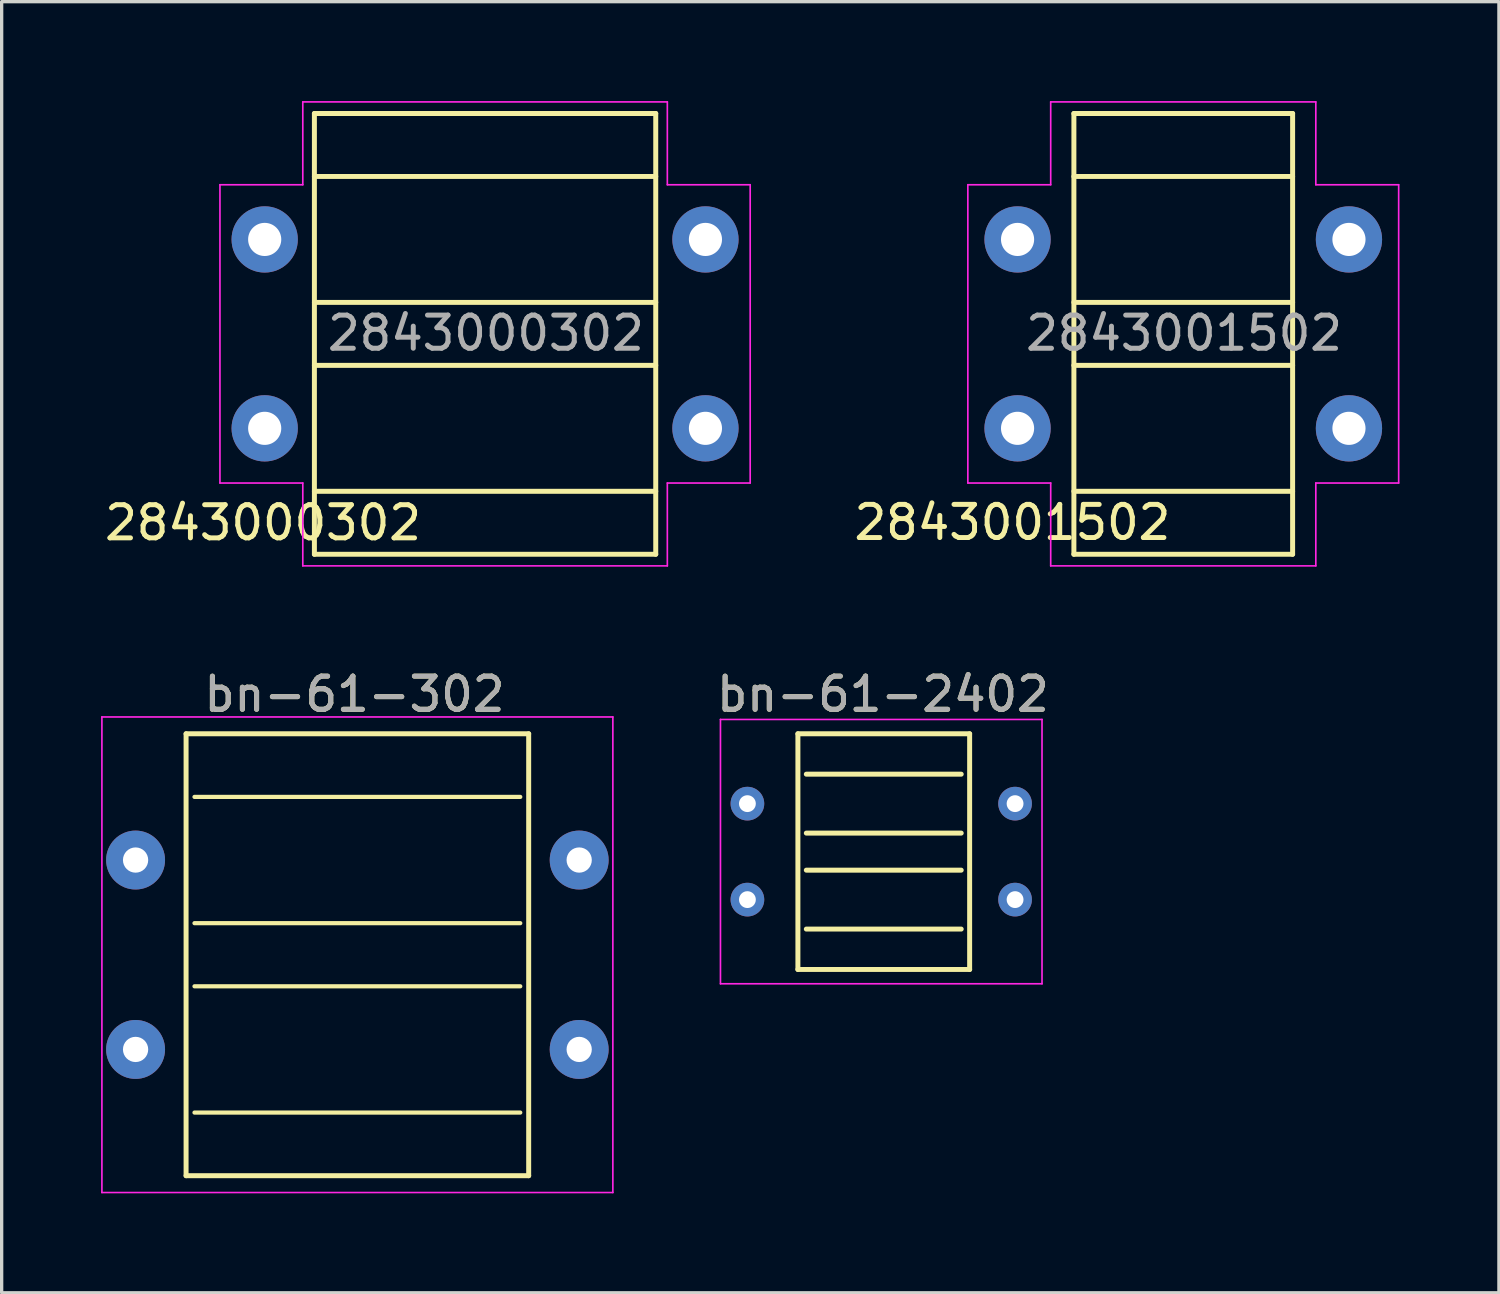
<source format=kicad_pcb>
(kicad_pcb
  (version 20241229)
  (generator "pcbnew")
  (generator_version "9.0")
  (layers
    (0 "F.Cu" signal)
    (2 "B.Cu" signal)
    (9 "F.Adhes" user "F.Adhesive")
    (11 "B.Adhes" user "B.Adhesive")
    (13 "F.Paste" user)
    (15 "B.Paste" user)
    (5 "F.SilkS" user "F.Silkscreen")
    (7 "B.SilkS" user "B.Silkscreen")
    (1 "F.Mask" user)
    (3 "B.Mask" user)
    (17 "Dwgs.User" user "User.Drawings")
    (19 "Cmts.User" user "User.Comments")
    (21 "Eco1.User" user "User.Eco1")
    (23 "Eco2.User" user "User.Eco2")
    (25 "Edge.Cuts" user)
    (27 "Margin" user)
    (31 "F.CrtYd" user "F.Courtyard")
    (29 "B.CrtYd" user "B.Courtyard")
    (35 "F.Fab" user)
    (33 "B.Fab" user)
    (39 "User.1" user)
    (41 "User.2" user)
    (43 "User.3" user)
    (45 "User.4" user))
  (footprint "bn-61-2402"
    (layer "F.Cu")
    (at 19.503 24.096)
    (property "Reference" "bn-61-2402" (at 4.089 -6.198 0) (layer "F.SilkS") (effects (font (size 1 1) (thickness 0.15))))
    (attr through_hole)
    (fp_line (start 1.524 -5.004) (end 6.706 -5.004) (stroke (width 0.15) (type solid)) (layer "F.SilkS"))
    (fp_line (start 1.524 2.108) (end 1.524 -5.004) (stroke (width 0.15) (type solid)) (layer "F.SilkS"))
    (fp_line (start 1.524 2.108) (end 6.706 2.108) (stroke (width 0.15) (type solid)) (layer "F.SilkS"))
    (fp_line (start 1.778 -3.785) (end 6.452 -3.785) (stroke (width 0.15) (type solid)) (layer "F.SilkS"))
    (fp_line (start 1.778 -2.007) (end 6.452 -2.007) (stroke (width 0.15) (type solid)) (layer "F.SilkS"))
    (fp_line (start 1.778 -0.889) (end 6.452 -0.889) (stroke (width 0.15) (type solid)) (layer "F.SilkS"))
    (fp_line (start 1.778 0.889) (end 6.452 0.889) (stroke (width 0.15) (type solid)) (layer "F.SilkS"))
    (fp_line (start 6.706 -5.004) (end 6.706 2.108) (stroke (width 0.15) (type solid)) (layer "F.SilkS"))
    (fp_line (start -0.813 -5.436) (end -0.813 2.54) (stroke (width 0.05) (type solid)) (layer "F.CrtYd"))
    (fp_line (start -0.813 -5.436) (end 8.89 -5.436) (stroke (width 0.05) (type solid)) (layer "F.CrtYd"))
    (fp_line (start 8.89 2.54) (end -0.813 2.54) (stroke (width 0.05) (type solid)) (layer "F.CrtYd"))
    (fp_line (start 8.89 2.54) (end 8.89 -5.436) (stroke (width 0.05) (type solid)) (layer "F.CrtYd"))
    (fp_text user "${REFERENCE}" (at 4.09 -6.198 0) (layer "F.Fab") (effects (font (size 1 1) (thickness 0.15))))
    (pad "1" thru_hole circle (at 0 0) (size 1.016 1.016) (drill 0.508) (layers "*.Cu" "*.Mask"))
    (pad "2" thru_hole circle (at 0 -2.896) (size 1.016 1.016) (drill 0.508) (layers "*.Cu" "*.Mask"))
    (pad "3" thru_hole circle (at 8.077 0) (size 1.016 1.016) (drill 0.508) (layers "*.Cu" "*.Mask"))
    (pad "4" thru_hole circle (at 8.077 -2.896) (size 1.016 1.016) (drill 0.508) (layers "*.Cu" "*.Mask")))
  (footprint "bn-61-302"
    (layer "F.Cu")
    (at 1.041 28.617)
    (property "Reference" "bn-61-302" (at 6.604 -10.719 0) (layer "F.SilkS") (effects (font (size 1 1) (thickness 0.15))))
    (attr through_hole)
    (fp_line (start 1.524 -9.525) (end 11.862 -9.525) (stroke (width 0.15) (type solid)) (layer "F.SilkS"))
    (fp_line (start 1.524 3.81) (end 1.524 -9.525) (stroke (width 0.15) (type solid)) (layer "F.SilkS"))
    (fp_line (start 1.524 3.81) (end 11.862 3.81) (stroke (width 0.15) (type solid)) (layer "F.SilkS"))
    (fp_line (start 1.778 -7.62) (end 11.608 -7.62) (stroke (width 0.127) (type solid)) (layer "F.SilkS"))
    (fp_line (start 1.778 -3.81) (end 11.608 -3.81) (stroke (width 0.127) (type solid)) (layer "F.SilkS"))
    (fp_line (start 1.778 -1.905) (end 11.608 -1.905) (stroke (width 0.127) (type solid)) (layer "F.SilkS"))
    (fp_line (start 1.778 1.905) (end 11.608 1.905) (stroke (width 0.127) (type solid)) (layer "F.SilkS"))
    (fp_line (start 11.862 -9.525) (end 11.862 3.81) (stroke (width 0.15) (type solid)) (layer "F.SilkS"))
    (fp_line (start -1.016 -10.033) (end -1.016 4.318) (stroke (width 0.05) (type solid)) (layer "F.CrtYd"))
    (fp_line (start -1.016 -10.033) (end 14.402 -10.033) (stroke (width 0.05) (type solid)) (layer "F.CrtYd"))
    (fp_line (start 14.402 4.318) (end -1.016 4.318) (stroke (width 0.05) (type solid)) (layer "F.CrtYd"))
    (fp_line (start 14.402 4.318) (end 14.402 -10.033) (stroke (width 0.05) (type solid)) (layer "F.CrtYd"))
    (fp_text user "${REFERENCE}" (at 6.604 -10.719 0) (layer "F.Fab") (effects (font (size 1 1) (thickness 0.15))))
    (pad "1" thru_hole circle (at 0 0) (size 1.778 1.778) (drill 0.762) (layers "*.Cu" "*.Mask"))
    (pad "2" thru_hole circle (at 0 -5.715) (size 1.778 1.778) (drill 0.762) (layers "*.Cu" "*.Mask"))
    (pad "3" thru_hole circle (at 13.386 0) (size 1.778 1.778) (drill 0.762) (layers "*.Cu" "*.Mask"))
    (pad "4" thru_hole circle (at 13.386 -5.715) (size 1.778 1.778) (drill 0.762) (layers "*.Cu" "*.Mask")))
  (footprint "2843001502"
    (layer "F.Cu")
    (at 32.655 7.025)
    (property "Reference" "2843001502" (at -5.156 5.69 0) (layer "F.SilkS") (effects (font (size 1 1) (thickness 0.15))))
    (attr through_hole)
    (fp_line (start -3.3 -6.65) (end -3.3 6.65) (stroke (width 0.15) (type solid)) (layer "F.SilkS"))
    (fp_line (start -3.3 -4.75) (end 3.3 -4.75) (stroke (width 0.15) (type solid)) (layer "F.SilkS"))
    (fp_line (start -3.3 -0.95) (end 3.3 -0.95) (stroke (width 0.15) (type solid)) (layer "F.SilkS"))
    (fp_line (start -3.3 0.95) (end 3.3 0.95) (stroke (width 0.15) (type solid)) (layer "F.SilkS"))
    (fp_line (start -3.3 4.75) (end 3.3 4.75) (stroke (width 0.15) (type solid)) (layer "F.SilkS"))
    (fp_line (start -3.3 6.65) (end 3.3 6.65) (stroke (width 0.15) (type solid)) (layer "F.SilkS"))
    (fp_line (start 3.3 -6.65) (end -3.3 -6.65) (stroke (width 0.15) (type solid)) (layer "F.SilkS"))
    (fp_line (start 3.3 6.65) (end 3.3 -6.65) (stroke (width 0.15) (type solid)) (layer "F.SilkS"))
    (fp_line (start -6.5 4.5) (end -6.5 -4.5) (stroke (width 0.05) (type solid)) (layer "F.CrtYd"))
    (fp_line (start -4 -7) (end 4 -7) (stroke (width 0.05) (type solid)) (layer "F.CrtYd"))
    (fp_line (start -4 -4.5) (end -6.5 -4.5) (stroke (width 0.05) (type solid)) (layer "F.CrtYd"))
    (fp_line (start -4 -4.5) (end -4 -7) (stroke (width 0.05) (type solid)) (layer "F.CrtYd"))
    (fp_line (start -4 4.5) (end -6.5 4.5) (stroke (width 0.05) (type solid)) (layer "F.CrtYd"))
    (fp_line (start -4 7) (end -4 4.5) (stroke (width 0.05) (type solid)) (layer "F.CrtYd"))
    (fp_line (start 4 -4.5) (end 4 -7) (stroke (width 0.05) (type solid)) (layer "F.CrtYd"))
    (fp_line (start 4 -4.5) (end 6.5 -4.5) (stroke (width 0.05) (type solid)) (layer "F.CrtYd"))
    (fp_line (start 4 4.5) (end 6.5 4.5) (stroke (width 0.05) (type solid)) (layer "F.CrtYd"))
    (fp_line (start 4 7) (end -4 7) (stroke (width 0.05) (type solid)) (layer "F.CrtYd"))
    (fp_line (start 4 7) (end 4 4.5) (stroke (width 0.05) (type solid)) (layer "F.CrtYd"))
    (fp_line (start 6.5 4.5) (end 6.5 -4.5) (stroke (width 0.05) (type solid)) (layer "F.CrtYd"))
    (fp_text user "${REFERENCE}" (at 0.024 -0.022 0) (layer "F.Fab") (effects (font (size 1 1) (thickness 0.15))))
    (pad "1" thru_hole circle (at -5 -2.85) (size 2 2) (drill 1) (layers "*.Cu" "*.Mask"))
    (pad "2" thru_hole circle (at -5 2.85) (size 2 2) (drill 1) (layers "*.Cu" "*.Mask"))
    (pad "3" thru_hole circle (at 5 2.85) (size 2 2) (drill 1) (layers "*.Cu" "*.Mask"))
    (pad "4" thru_hole circle (at 5 -2.85) (size 2 2) (drill 1) (layers "*.Cu" "*.Mask")))
  (footprint "2843000302"
    (layer "F.Cu")
    (at 11.587 7.025)
    (property "Reference" "2843000302" (at -6.7 5.7 0) (layer "F.SilkS") (effects (font (size 1 1) (thickness 0.15))))
    (attr through_hole)
    (fp_line (start -5.15 -6.65) (end -5.15 6.65) (stroke (width 0.15) (type solid)) (layer "F.SilkS"))
    (fp_line (start -5.15 -4.75) (end 5.15 -4.75) (stroke (width 0.15) (type solid)) (layer "F.SilkS"))
    (fp_line (start -5.15 -0.95) (end 5.15 -0.95) (stroke (width 0.15) (type solid)) (layer "F.SilkS"))
    (fp_line (start -5.15 0.95) (end 5.15 0.95) (stroke (width 0.15) (type solid)) (layer "F.SilkS"))
    (fp_line (start -5.15 4.75) (end 5.15 4.75) (stroke (width 0.15) (type solid)) (layer "F.SilkS"))
    (fp_line (start -5.15 6.65) (end 5.15 6.65) (stroke (width 0.15) (type solid)) (layer "F.SilkS"))
    (fp_line (start 5.15 -6.65) (end -5.15 -6.65) (stroke (width 0.15) (type solid)) (layer "F.SilkS"))
    (fp_line (start 5.15 6.65) (end 5.15 -6.65) (stroke (width 0.15) (type solid)) (layer "F.SilkS"))
    (fp_line (start -8 -4.5) (end -5.5 -4.5) (stroke (width 0.05) (type solid)) (layer "F.CrtYd"))
    (fp_line (start -8 4.5) (end -8 -4.5) (stroke (width 0.05) (type solid)) (layer "F.CrtYd"))
    (fp_line (start -8 4.5) (end -5.5 4.5) (stroke (width 0.05) (type solid)) (layer "F.CrtYd"))
    (fp_line (start -5.5 -7) (end 5.5 -7) (stroke (width 0.05) (type solid)) (layer "F.CrtYd"))
    (fp_line (start -5.5 -4.5) (end -5.5 -7) (stroke (width 0.05) (type solid)) (layer "F.CrtYd"))
    (fp_line (start -5.5 7) (end -5.5 4.5) (stroke (width 0.05) (type solid)) (layer "F.CrtYd"))
    (fp_line (start 5.5 -4.5) (end 5.5 -7) (stroke (width 0.05) (type solid)) (layer "F.CrtYd"))
    (fp_line (start 5.5 -4.5) (end 8 -4.5) (stroke (width 0.05) (type solid)) (layer "F.CrtYd"))
    (fp_line (start 5.5 4.5) (end 8 4.5) (stroke (width 0.05) (type solid)) (layer "F.CrtYd"))
    (fp_line (start 5.5 7) (end -5.5 7) (stroke (width 0.05) (type solid)) (layer "F.CrtYd"))
    (fp_line (start 5.5 7) (end 5.5 4.5) (stroke (width 0.05) (type solid)) (layer "F.CrtYd"))
    (fp_line (start 8 4.5) (end 8 -4.5) (stroke (width 0.05) (type solid)) (layer "F.CrtYd"))
    (fp_text user "${REFERENCE}" (at 0.024 -0.022 0) (layer "F.Fab") (effects (font (size 1 1) (thickness 0.15))))
    (pad "1" thru_hole circle (at -6.65 -2.85) (size 2 2) (drill 1) (layers "*.Cu" "*.Mask"))
    (pad "2" thru_hole circle (at -6.65 2.85) (size 2 2) (drill 1) (layers "*.Cu" "*.Mask"))
    (pad "3" thru_hole circle (at 6.65 2.85) (size 2 2) (drill 1) (layers "*.Cu" "*.Mask"))
    (pad "4" thru_hole circle (at 6.65 -2.85) (size 2 2) (drill 1) (layers "*.Cu" "*.Mask")))
  (gr_rect
    (start -3 -3)
    (end 42.18 35.96)
    (stroke (width 0.1) (type default))
    (fill no)
    (layer "Edge.Cuts")))
</source>
